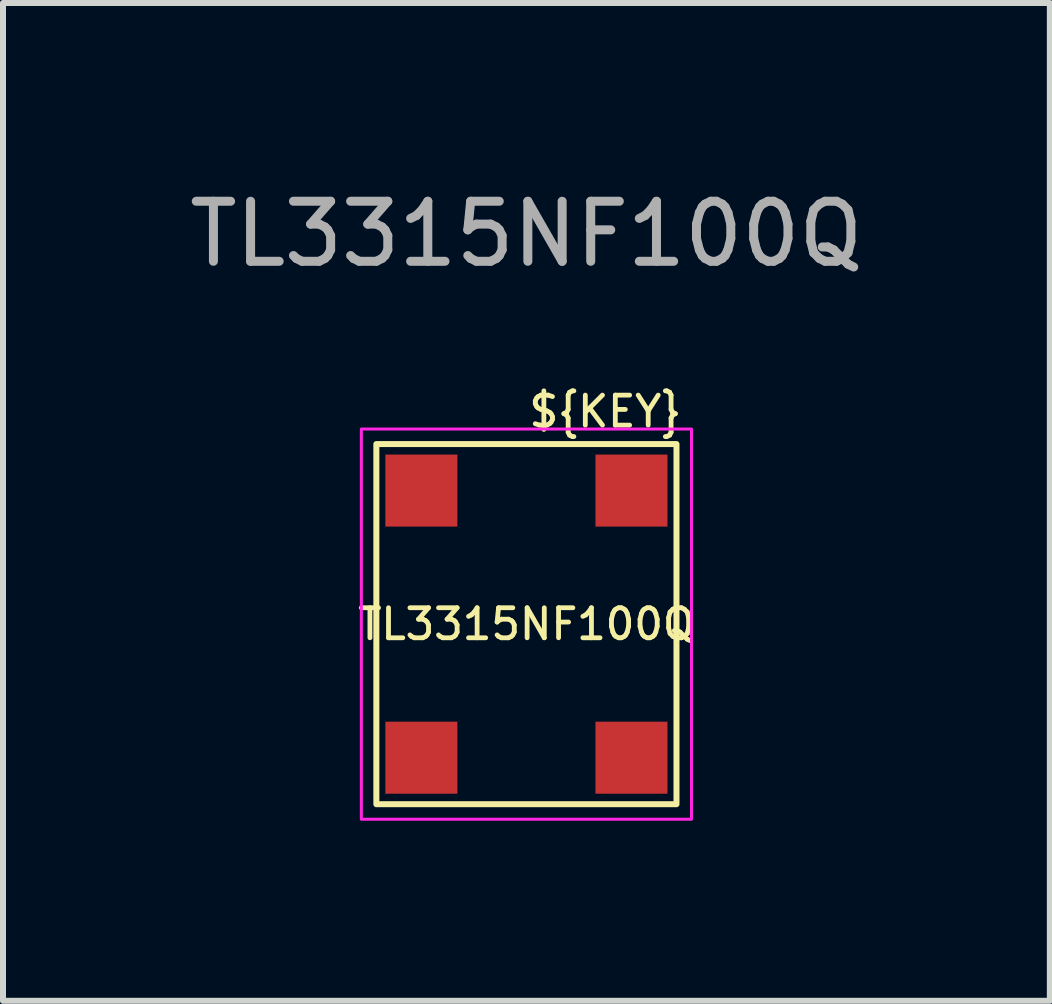
<source format=kicad_pcb>
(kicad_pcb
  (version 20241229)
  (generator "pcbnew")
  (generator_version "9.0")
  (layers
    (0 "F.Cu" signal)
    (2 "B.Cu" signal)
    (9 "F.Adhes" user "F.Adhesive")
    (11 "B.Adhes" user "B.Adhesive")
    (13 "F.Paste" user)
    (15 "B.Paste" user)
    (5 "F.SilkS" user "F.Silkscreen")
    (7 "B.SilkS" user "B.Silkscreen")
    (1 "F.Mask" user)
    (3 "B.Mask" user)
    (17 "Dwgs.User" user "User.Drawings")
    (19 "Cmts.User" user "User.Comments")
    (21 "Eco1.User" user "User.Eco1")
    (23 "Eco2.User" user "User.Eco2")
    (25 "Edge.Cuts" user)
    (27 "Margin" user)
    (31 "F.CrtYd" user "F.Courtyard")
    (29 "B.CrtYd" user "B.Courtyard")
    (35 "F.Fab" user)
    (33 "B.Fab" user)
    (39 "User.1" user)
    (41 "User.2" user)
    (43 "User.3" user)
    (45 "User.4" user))
  (footprint "TL3315NF100Q"
    (layer "F.Cu")
    (at 5.72 7.348)
    (property "Reference" "TL3315NF100Q" (at 0 0 0) (unlocked yes) (layer "F.SilkS") (effects (font (size 0.5 0.5) (thickness 0.08))))
    (attr smd)
    (fp_rect (start -2.5 -3) (end 2.5 3) (stroke (width 0.1) (type default)) (fill no) (layer "F.SilkS"))
    (fp_rect (start -2.75 -3.25) (end 2.75 3.25) (stroke (width 0.05) (type default)) (fill no) (layer "F.CrtYd"))
    (fp_text user "${KEY}" (at 0 -3.25 0) (unlocked yes) (layer "F.SilkS") (effects (font (size 0.5 0.5) (thickness 0.08)) (justify left bottom)))
    (fp_text user "${REFERENCE}" (at 0 -6.5 0) (unlocked yes) (layer "F.Fab") (effects (font (size 1 1) (thickness 0.15))))
    (pad "1" smd rect (at -1.75 -2.225) (size 1.2 1.2) (layers "F.Cu" "F.Mask" "F.Paste"))
    (pad "1" smd rect (at -1.75 2.225 180) (size 1.2 1.2) (layers "F.Cu" "F.Mask" "F.Paste"))
    (pad "2" smd rect (at 1.75 -2.225) (size 1.2 1.2) (layers "F.Cu" "F.Mask" "F.Paste"))
    (pad "2" smd rect (at 1.75 2.225 180) (size 1.2 1.2) (layers "F.Cu" "F.Mask" "F.Paste")))
  (gr_rect
    (start -3 -3)
    (end 14.44 13.623)
    (stroke (width 0.1) (type default))
    (fill no)
    (layer "Edge.Cuts")))
</source>
